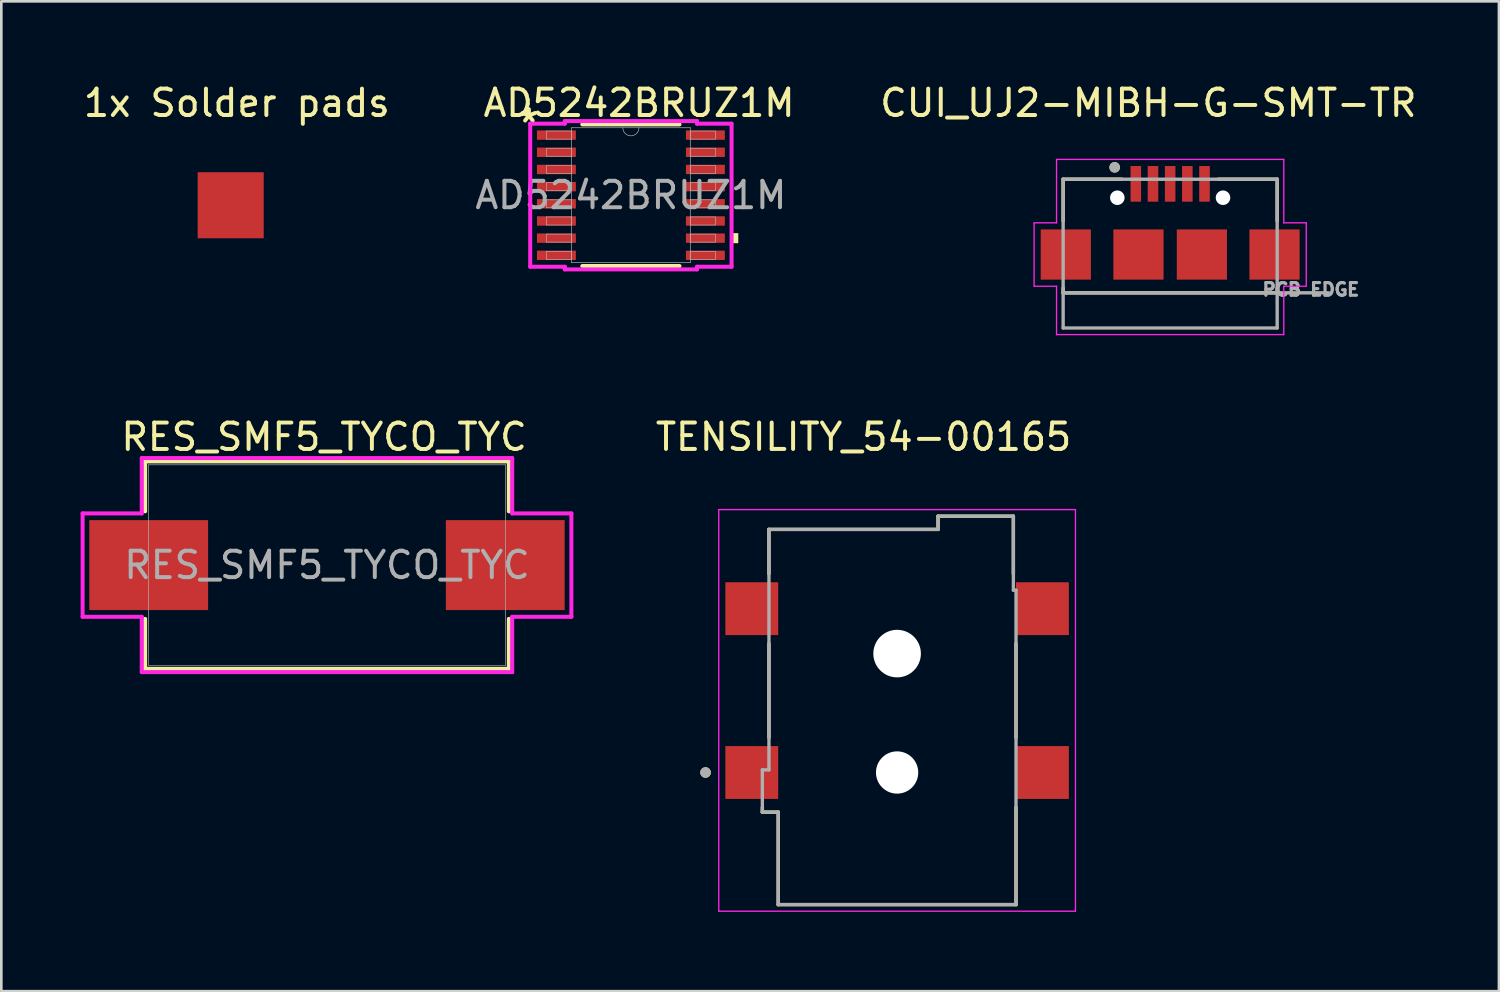
<source format=kicad_pcb>
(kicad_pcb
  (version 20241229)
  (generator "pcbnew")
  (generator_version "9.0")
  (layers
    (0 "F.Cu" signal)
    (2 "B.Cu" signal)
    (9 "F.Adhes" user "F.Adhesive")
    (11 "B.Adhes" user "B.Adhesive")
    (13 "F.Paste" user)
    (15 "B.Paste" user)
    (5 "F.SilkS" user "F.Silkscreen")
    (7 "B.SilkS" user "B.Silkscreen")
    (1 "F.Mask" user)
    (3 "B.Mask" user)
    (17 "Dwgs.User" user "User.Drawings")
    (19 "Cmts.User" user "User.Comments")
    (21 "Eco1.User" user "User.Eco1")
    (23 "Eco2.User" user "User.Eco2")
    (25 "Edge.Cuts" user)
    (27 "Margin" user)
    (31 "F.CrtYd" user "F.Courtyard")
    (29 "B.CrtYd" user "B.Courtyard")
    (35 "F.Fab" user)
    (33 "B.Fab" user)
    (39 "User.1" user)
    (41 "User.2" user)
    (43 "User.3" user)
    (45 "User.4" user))
  (footprint "1x Solder pads"
    (layer "F.Cu")
    (at 5.681 4.718)
    (property "Reference" "1x Solder pads" (at 0.23 -3.87 0) (unlocked yes) (layer "F.SilkS") (effects (font (size 1 1) (thickness 0.15))))
    (attr smd)
    (pad "1" smd rect (at 0 0) (size 2.5 2.5) (layers "F.Cu" "F.Mask" "F.Paste")))
  (footprint "TENSILITY_54-00165"
    (layer "F.Cu")
    (at 30.902 23.936)
    (property "Reference" "TENSILITY_54-00165" (at -1.27 -10.45 0) (layer "F.SilkS") (effects (font (size 1 1) (thickness 0.15))))
    (attr smd)
    (fp_line (start -5.1 3.75) (end -5.1 3.57) (stroke (width 0.127) (type solid)) (layer "F.SilkS"))
    (fp_line (start -5.1 3.75) (end -4.5 3.75) (stroke (width 0.127) (type solid)) (layer "F.SilkS"))
    (fp_line (start -4.85 -6.95) (end 1.55 -6.95) (stroke (width 0.127) (type solid)) (layer "F.SilkS"))
    (fp_line (start -4.85 -5.27) (end -4.85 -6.95) (stroke (width 0.127) (type solid)) (layer "F.SilkS"))
    (fp_line (start -4.85 -2.63) (end -4.85 0.93) (stroke (width 0.127) (type solid)) (layer "F.SilkS"))
    (fp_line (start -4.5 7.25) (end -4.5 3.75) (stroke (width 0.127) (type solid)) (layer "F.SilkS"))
    (fp_line (start -4.5 7.25) (end 4.5 7.25) (stroke (width 0.127) (type solid)) (layer "F.SilkS"))
    (fp_line (start 1.55 -7.45) (end 1.55 -6.95) (stroke (width 0.127) (type solid)) (layer "F.SilkS"))
    (fp_line (start 1.55 -7.45) (end 4.4 -7.45) (stroke (width 0.127) (type solid)) (layer "F.SilkS"))
    (fp_line (start 4.4 -7.45) (end 4.4 -5.27) (stroke (width 0.127) (type solid)) (layer "F.SilkS"))
    (fp_line (start 4.5 -2.63) (end 4.5 0.93) (stroke (width 0.127) (type solid)) (layer "F.SilkS"))
    (fp_line (start 4.5 7.25) (end 4.5 3.57) (stroke (width 0.127) (type solid)) (layer "F.SilkS"))
    (fp_circle (center -7.25 2.25) (end -7.15 2.25) (stroke (width 0.2) (type solid)) (fill no) (layer "F.SilkS"))
    (fp_line (start -6.75 -7.7) (end -6.75 7.5) (stroke (width 0.05) (type solid)) (layer "F.CrtYd"))
    (fp_line (start -6.75 7.5) (end 6.75 7.5) (stroke (width 0.05) (type solid)) (layer "F.CrtYd"))
    (fp_line (start 6.75 -7.7) (end -6.75 -7.7) (stroke (width 0.05) (type solid)) (layer "F.CrtYd"))
    (fp_line (start 6.75 7.5) (end 6.75 -7.7) (stroke (width 0.05) (type solid)) (layer "F.CrtYd"))
    (fp_line (start -5.1 2.15) (end -5.1 3.75) (stroke (width 0.127) (type solid)) (layer "F.Fab"))
    (fp_line (start -5.1 2.15) (end -4.85 2.15) (stroke (width 0.127) (type solid)) (layer "F.Fab"))
    (fp_line (start -5.1 3.75) (end -4.5 3.75) (stroke (width 0.127) (type solid)) (layer "F.Fab"))
    (fp_line (start -4.85 -6.95) (end 1.55 -6.95) (stroke (width 0.127) (type solid)) (layer "F.Fab"))
    (fp_line (start -4.85 2.15) (end -4.85 -6.95) (stroke (width 0.127) (type solid)) (layer "F.Fab"))
    (fp_line (start -4.5 7.25) (end -4.5 3.75) (stroke (width 0.127) (type solid)) (layer "F.Fab"))
    (fp_line (start -4.5 7.25) (end 4.5 7.25) (stroke (width 0.127) (type solid)) (layer "F.Fab"))
    (fp_line (start 1.55 -7.45) (end 1.55 -6.95) (stroke (width 0.127) (type solid)) (layer "F.Fab"))
    (fp_line (start 1.55 -7.45) (end 4.4 -7.45) (stroke (width 0.127) (type solid)) (layer "F.Fab"))
    (fp_line (start 4.4 -7.45) (end 4.4 -4.65) (stroke (width 0.127) (type solid)) (layer "F.Fab"))
    (fp_line (start 4.4 -4.65) (end 4.5 -4.65) (stroke (width 0.127) (type solid)) (layer "F.Fab"))
    (fp_line (start 4.5 7.25) (end 4.5 -4.65) (stroke (width 0.127) (type solid)) (layer "F.Fab"))
    (fp_circle (center -7.25 2.25) (end -7.15 2.25) (stroke (width 0.2) (type solid)) (fill no) (layer "F.Fab"))
    (pad "" np_thru_hole circle (at 0 -2.25) (size 1.8 1.8) (drill 1.8) (layers "*.Cu" "*.Mask"))
    (pad "" np_thru_hole circle (at 0 2.25) (size 1.6 1.6) (drill 1.6) (layers "*.Cu" "*.Mask"))
    (pad "1" smd rect (at -5.5 -3.95) (size 2 2) (layers "F.Cu" "F.Mask" "F.Paste"))
    (pad "1" smd rect (at -5.5 2.25) (size 2 2) (layers "F.Cu" "F.Mask" "F.Paste"))
    (pad "2" smd rect (at 5.5 2.25) (size 2 2) (layers "F.Cu" "F.Mask" "F.Paste"))
    (pad "3" smd rect (at 5.5 -3.95) (size 2 2) (layers "F.Cu" "F.Mask" "F.Paste")))
  (footprint "CUI_UJ2-MIBH-G-SMT-TR"
    (layer "F.Cu")
    (at 41.236 6.583)
    (property "Reference" "CUI_UJ2-MIBH-G-SMT-TR" (at -0.825 -5.735 0) (layer "F.SilkS") (effects (font (size 1 1) (thickness 0.15))))
    (attr smd)
    (fp_line (start -4.05 -2.85) (end -1.82 -2.85) (stroke (width 0.127) (type solid)) (layer "F.SilkS"))
    (fp_line (start -4.05 -1.27) (end -4.05 -2.85) (stroke (width 0.127) (type solid)) (layer "F.SilkS"))
    (fp_line (start -4.05 1.27) (end -4.05 1.45) (stroke (width 0.127) (type solid)) (layer "F.SilkS"))
    (fp_line (start -4.05 1.45) (end 4.05 1.45) (stroke (width 0.127) (type solid)) (layer "F.SilkS"))
    (fp_line (start 1.82 -2.85) (end 4.05 -2.85) (stroke (width 0.127) (type solid)) (layer "F.SilkS"))
    (fp_line (start 4.05 -2.85) (end 4.05 -1.27) (stroke (width 0.127) (type solid)) (layer "F.SilkS"))
    (fp_line (start 4.05 1.45) (end 4.05 1.27) (stroke (width 0.127) (type solid)) (layer "F.SilkS"))
    (fp_circle (center -2.1 -3.3) (end -2 -3.3) (stroke (width 0.2) (type solid)) (fill no) (layer "F.SilkS"))
    (fp_line (start -5.15 -1.2) (end -5.15 1.2) (stroke (width 0.05) (type solid)) (layer "F.CrtYd"))
    (fp_line (start -5.15 1.2) (end -4.3 1.2) (stroke (width 0.05) (type solid)) (layer "F.CrtYd"))
    (fp_line (start -4.3 -3.6) (end 4.3 -3.6) (stroke (width 0.05) (type solid)) (layer "F.CrtYd"))
    (fp_line (start -4.3 -1.2) (end -5.15 -1.2) (stroke (width 0.05) (type solid)) (layer "F.CrtYd"))
    (fp_line (start -4.3 -1.2) (end -4.3 -3.6) (stroke (width 0.05) (type solid)) (layer "F.CrtYd"))
    (fp_line (start -4.3 1.2) (end -4.3 3.03) (stroke (width 0.05) (type solid)) (layer "F.CrtYd"))
    (fp_line (start -4.3 3.03) (end 4.3 3.03) (stroke (width 0.05) (type solid)) (layer "F.CrtYd"))
    (fp_line (start 4.3 -1.2) (end 4.3 -3.6) (stroke (width 0.05) (type solid)) (layer "F.CrtYd"))
    (fp_line (start 4.3 1.2) (end 5.15 1.2) (stroke (width 0.05) (type solid)) (layer "F.CrtYd"))
    (fp_line (start 4.3 3.03) (end 4.3 1.2) (stroke (width 0.05) (type solid)) (layer "F.CrtYd"))
    (fp_line (start 5.15 -1.2) (end 4.3 -1.2) (stroke (width 0.05) (type solid)) (layer "F.CrtYd"))
    (fp_line (start 5.15 1.2) (end 5.15 -1.2) (stroke (width 0.05) (type solid)) (layer "F.CrtYd"))
    (fp_line (start -4.05 -2.85) (end 4.05 -2.85) (stroke (width 0.127) (type solid)) (layer "F.Fab"))
    (fp_line (start -4.05 1.45) (end -4.05 -2.85) (stroke (width 0.127) (type solid)) (layer "F.Fab"))
    (fp_line (start -4.05 1.45) (end 6 1.45) (stroke (width 0.127) (type solid)) (layer "F.Fab"))
    (fp_line (start -4.05 2.78) (end -4.05 1.45) (stroke (width 0.127) (type solid)) (layer "F.Fab"))
    (fp_line (start 4.05 -2.85) (end 4.05 2.78) (stroke (width 0.127) (type solid)) (layer "F.Fab"))
    (fp_line (start 4.05 2.78) (end -4.05 2.78) (stroke (width 0.127) (type solid)) (layer "F.Fab"))
    (fp_circle (center -2.1 -3.3) (end -2 -3.3) (stroke (width 0.2) (type solid)) (fill no) (layer "F.Fab"))
    (fp_text user "PCB EDGE" (at 5.325 1.325 0) (layer "F.Fab") (effects (font (size 0.48 0.48) (thickness 0.15))))
    (pad "" np_thru_hole circle (at -2 -2.15) (size 0.55 0.55) (drill 0.55) (layers "*.Cu" "*.Mask"))
    (pad "" np_thru_hole circle (at 2 -2.15) (size 0.55 0.55) (drill 0.55) (layers "*.Cu" "*.Mask"))
    (pad "1" smd rect (at -1.3 -2.675) (size 0.4 1.35) (layers "F.Cu" "F.Mask" "F.Paste"))
    (pad "2" smd rect (at -0.65 -2.675) (size 0.4 1.35) (layers "F.Cu" "F.Mask" "F.Paste"))
    (pad "3" smd rect (at 0 -2.675) (size 0.4 1.35) (layers "F.Cu" "F.Mask" "F.Paste"))
    (pad "4" smd rect (at 0.65 -2.675) (size 0.4 1.35) (layers "F.Cu" "F.Mask" "F.Paste"))
    (pad "5" smd rect (at 1.3 -2.675) (size 0.4 1.35) (layers "F.Cu" "F.Mask" "F.Paste"))
    (pad "6" smd rect (at -3.95 0) (size 1.9 1.9) (layers "F.Cu" "F.Mask" "F.Paste"))
    (pad "6" smd rect (at -1.2 0) (size 1.9 1.9) (layers "F.Cu" "F.Mask" "F.Paste"))
    (pad "6" smd rect (at 1.2 0) (size 1.9 1.9) (layers "F.Cu" "F.Mask" "F.Paste"))
    (pad "6" smd rect (at 3.95 0) (size 1.9 1.9) (layers "F.Cu" "F.Mask" "F.Paste")))
  (footprint "RES_SMF5_TYCO_TYC"
    (layer "F.Cu")
    (at 9.325 18.337)
    (property "Reference" "RES_SMF5_TYCO_TYC" (at -0.11 -4.85 0) (unlocked yes) (layer "F.SilkS") (effects (font (size 1 1) (thickness 0.15))))
    (attr smd)
    (fp_line (start -6.883 -3.924) (end -6.883 -2.035) (stroke (width 0.152) (type solid)) (layer "F.SilkS"))
    (fp_line (start -6.883 2.035) (end -6.883 3.924) (stroke (width 0.152) (type solid)) (layer "F.SilkS"))
    (fp_line (start -6.883 3.924) (end 6.883 3.924) (stroke (width 0.152) (type solid)) (layer "F.SilkS"))
    (fp_line (start 6.883 -3.924) (end -6.883 -3.924) (stroke (width 0.152) (type solid)) (layer "F.SilkS"))
    (fp_line (start 6.883 -2.035) (end 6.883 -3.924) (stroke (width 0.152) (type solid)) (layer "F.SilkS"))
    (fp_line (start 6.883 3.924) (end 6.883 2.035) (stroke (width 0.152) (type solid)) (layer "F.SilkS"))
    (fp_line (start -9.249 -1.956) (end -7.01 -1.956) (stroke (width 0.152) (type solid)) (layer "F.CrtYd"))
    (fp_line (start -9.249 1.956) (end -9.249 -1.956) (stroke (width 0.152) (type solid)) (layer "F.CrtYd"))
    (fp_line (start -7.01 -4.051) (end 7.01 -4.051) (stroke (width 0.152) (type solid)) (layer "F.CrtYd"))
    (fp_line (start -7.01 -1.956) (end -7.01 -4.051) (stroke (width 0.152) (type solid)) (layer "F.CrtYd"))
    (fp_line (start -7.01 1.956) (end -9.249 1.956) (stroke (width 0.152) (type solid)) (layer "F.CrtYd"))
    (fp_line (start -7.01 4.051) (end -7.01 1.956) (stroke (width 0.152) (type solid)) (layer "F.CrtYd"))
    (fp_line (start 7.01 -4.051) (end 7.01 -1.956) (stroke (width 0.152) (type solid)) (layer "F.CrtYd"))
    (fp_line (start 7.01 -1.956) (end 9.249 -1.956) (stroke (width 0.152) (type solid)) (layer "F.CrtYd"))
    (fp_line (start 7.01 1.956) (end 7.01 4.051) (stroke (width 0.152) (type solid)) (layer "F.CrtYd"))
    (fp_line (start 7.01 4.051) (end -7.01 4.051) (stroke (width 0.152) (type solid)) (layer "F.CrtYd"))
    (fp_line (start 9.249 -1.956) (end 9.249 1.956) (stroke (width 0.152) (type solid)) (layer "F.CrtYd"))
    (fp_line (start 9.249 1.956) (end 7.01 1.956) (stroke (width 0.152) (type solid)) (layer "F.CrtYd"))
    (fp_line (start -6.756 -3.797) (end -6.756 3.797) (stroke (width 0.025) (type solid)) (layer "F.Fab"))
    (fp_line (start -6.756 3.797) (end 6.756 3.797) (stroke (width 0.025) (type solid)) (layer "F.Fab"))
    (fp_line (start 6.756 -3.797) (end -6.756 -3.797) (stroke (width 0.025) (type solid)) (layer "F.Fab"))
    (fp_line (start 6.756 3.797) (end 6.756 -3.797) (stroke (width 0.025) (type solid)) (layer "F.Fab"))
    (fp_text user "${REFERENCE}" (at 0 0 0) (unlocked yes) (layer "F.Fab") (effects (font (size 1 1) (thickness 0.15))))
    (pad "1" smd rect (at -6.747 0) (size 4.496 3.404) (layers "F.Cu" "F.Mask" "F.Paste"))
    (pad "2" smd rect (at 6.747 0) (size 4.496 3.404) (layers "F.Cu" "F.Mask" "F.Paste")))
  (footprint "AD5242BRUZ1M"
    (layer "F.Cu")
    (at 20.827 4.338)
    (property "Reference" "AD5242BRUZ1M" (at 0.31 -3.49 0) (unlocked yes) (layer "F.SilkS") (effects (font (size 1 1) (thickness 0.15))))
    (attr smd)
    (fp_line (start -1.839 2.68) (end 1.839 2.68) (stroke (width 0.152) (type solid)) (layer "F.SilkS"))
    (fp_line (start 1.839 -2.68) (end -1.839 -2.68) (stroke (width 0.152) (type solid)) (layer "F.SilkS"))
    (fp_poly (pts (xy 4.064 1.435) (xy 4.064 1.816) (xy 3.81 1.816) (xy 3.81 1.435)) (stroke (width 0) (type solid)) (fill yes) (layer "F.SilkS"))
    (fp_line (start -3.81 -2.707) (end -2.502 -2.707) (stroke (width 0.152) (type solid)) (layer "F.CrtYd"))
    (fp_line (start -3.81 2.707) (end -3.81 -2.707) (stroke (width 0.152) (type solid)) (layer "F.CrtYd"))
    (fp_line (start -3.81 2.707) (end -2.502 2.707) (stroke (width 0.152) (type solid)) (layer "F.CrtYd"))
    (fp_line (start -2.502 -2.807) (end 2.502 -2.807) (stroke (width 0.152) (type solid)) (layer "F.CrtYd"))
    (fp_line (start -2.502 -2.707) (end -2.502 -2.807) (stroke (width 0.152) (type solid)) (layer "F.CrtYd"))
    (fp_line (start -2.502 2.807) (end -2.502 2.707) (stroke (width 0.152) (type solid)) (layer "F.CrtYd"))
    (fp_line (start 2.502 -2.807) (end 2.502 -2.707) (stroke (width 0.152) (type solid)) (layer "F.CrtYd"))
    (fp_line (start 2.502 2.707) (end 2.502 2.807) (stroke (width 0.152) (type solid)) (layer "F.CrtYd"))
    (fp_line (start 2.502 2.807) (end -2.502 2.807) (stroke (width 0.152) (type solid)) (layer "F.CrtYd"))
    (fp_line (start 3.81 -2.707) (end 2.502 -2.707) (stroke (width 0.152) (type solid)) (layer "F.CrtYd"))
    (fp_line (start 3.81 -2.707) (end 3.81 2.707) (stroke (width 0.152) (type solid)) (layer "F.CrtYd"))
    (fp_line (start 3.81 2.707) (end 2.502 2.707) (stroke (width 0.152) (type solid)) (layer "F.CrtYd"))
    (fp_line (start -3.2 -2.427) (end -3.2 -2.123) (stroke (width 0.025) (type solid)) (layer "F.Fab"))
    (fp_line (start -3.2 -2.123) (end -2.248 -2.123) (stroke (width 0.025) (type solid)) (layer "F.Fab"))
    (fp_line (start -3.2 -1.777) (end -3.2 -1.473) (stroke (width 0.025) (type solid)) (layer "F.Fab"))
    (fp_line (start -3.2 -1.473) (end -2.248 -1.473) (stroke (width 0.025) (type solid)) (layer "F.Fab"))
    (fp_line (start -3.2 -1.127) (end -3.2 -0.823) (stroke (width 0.025) (type solid)) (layer "F.Fab"))
    (fp_line (start -3.2 -0.823) (end -2.248 -0.823) (stroke (width 0.025) (type solid)) (layer "F.Fab"))
    (fp_line (start -3.2 -0.477) (end -3.2 -0.173) (stroke (width 0.025) (type solid)) (layer "F.Fab"))
    (fp_line (start -3.2 -0.173) (end -2.248 -0.173) (stroke (width 0.025) (type solid)) (layer "F.Fab"))
    (fp_line (start -3.2 0.173) (end -3.2 0.477) (stroke (width 0.025) (type solid)) (layer "F.Fab"))
    (fp_line (start -3.2 0.477) (end -2.248 0.477) (stroke (width 0.025) (type solid)) (layer "F.Fab"))
    (fp_line (start -3.2 0.823) (end -3.2 1.127) (stroke (width 0.025) (type solid)) (layer "F.Fab"))
    (fp_line (start -3.2 1.127) (end -2.248 1.127) (stroke (width 0.025) (type solid)) (layer "F.Fab"))
    (fp_line (start -3.2 1.473) (end -3.2 1.777) (stroke (width 0.025) (type solid)) (layer "F.Fab"))
    (fp_line (start -3.2 1.777) (end -2.248 1.777) (stroke (width 0.025) (type solid)) (layer "F.Fab"))
    (fp_line (start -3.2 2.123) (end -3.2 2.427) (stroke (width 0.025) (type solid)) (layer "F.Fab"))
    (fp_line (start -3.2 2.427) (end -2.248 2.427) (stroke (width 0.025) (type solid)) (layer "F.Fab"))
    (fp_line (start -2.248 -2.553) (end -2.248 2.553) (stroke (width 0.025) (type solid)) (layer "F.Fab"))
    (fp_line (start -2.248 -2.427) (end -3.2 -2.427) (stroke (width 0.025) (type solid)) (layer "F.Fab"))
    (fp_line (start -2.248 -2.123) (end -2.248 -2.427) (stroke (width 0.025) (type solid)) (layer "F.Fab"))
    (fp_line (start -2.248 -1.777) (end -3.2 -1.777) (stroke (width 0.025) (type solid)) (layer "F.Fab"))
    (fp_line (start -2.248 -1.473) (end -2.248 -1.777) (stroke (width 0.025) (type solid)) (layer "F.Fab"))
    (fp_line (start -2.248 -1.127) (end -3.2 -1.127) (stroke (width 0.025) (type solid)) (layer "F.Fab"))
    (fp_line (start -2.248 -0.823) (end -2.248 -1.127) (stroke (width 0.025) (type solid)) (layer "F.Fab"))
    (fp_line (start -2.248 -0.477) (end -3.2 -0.477) (stroke (width 0.025) (type solid)) (layer "F.Fab"))
    (fp_line (start -2.248 -0.173) (end -2.248 -0.477) (stroke (width 0.025) (type solid)) (layer "F.Fab"))
    (fp_line (start -2.248 0.173) (end -3.2 0.173) (stroke (width 0.025) (type solid)) (layer "F.Fab"))
    (fp_line (start -2.248 0.477) (end -2.248 0.173) (stroke (width 0.025) (type solid)) (layer "F.Fab"))
    (fp_line (start -2.248 0.823) (end -3.2 0.823) (stroke (width 0.025) (type solid)) (layer "F.Fab"))
    (fp_line (start -2.248 1.127) (end -2.248 0.823) (stroke (width 0.025) (type solid)) (layer "F.Fab"))
    (fp_line (start -2.248 1.473) (end -3.2 1.473) (stroke (width 0.025) (type solid)) (layer "F.Fab"))
    (fp_line (start -2.248 1.777) (end -2.248 1.473) (stroke (width 0.025) (type solid)) (layer "F.Fab"))
    (fp_line (start -2.248 2.123) (end -3.2 2.123) (stroke (width 0.025) (type solid)) (layer "F.Fab"))
    (fp_line (start -2.248 2.427) (end -2.248 2.123) (stroke (width 0.025) (type solid)) (layer "F.Fab"))
    (fp_line (start -2.248 2.553) (end 2.248 2.553) (stroke (width 0.025) (type solid)) (layer "F.Fab"))
    (fp_line (start 2.248 -2.553) (end -2.248 -2.553) (stroke (width 0.025) (type solid)) (layer "F.Fab"))
    (fp_line (start 2.248 -2.427) (end 2.248 -2.123) (stroke (width 0.025) (type solid)) (layer "F.Fab"))
    (fp_line (start 2.248 -2.123) (end 3.2 -2.123) (stroke (width 0.025) (type solid)) (layer "F.Fab"))
    (fp_line (start 2.248 -1.777) (end 2.248 -1.473) (stroke (width 0.025) (type solid)) (layer "F.Fab"))
    (fp_line (start 2.248 -1.473) (end 3.2 -1.473) (stroke (width 0.025) (type solid)) (layer "F.Fab"))
    (fp_line (start 2.248 -1.127) (end 2.248 -0.823) (stroke (width 0.025) (type solid)) (layer "F.Fab"))
    (fp_line (start 2.248 -0.823) (end 3.2 -0.823) (stroke (width 0.025) (type solid)) (layer "F.Fab"))
    (fp_line (start 2.248 -0.477) (end 2.248 -0.173) (stroke (width 0.025) (type solid)) (layer "F.Fab"))
    (fp_line (start 2.248 -0.173) (end 3.2 -0.173) (stroke (width 0.025) (type solid)) (layer "F.Fab"))
    (fp_line (start 2.248 0.173) (end 2.248 0.477) (stroke (width 0.025) (type solid)) (layer "F.Fab"))
    (fp_line (start 2.248 0.477) (end 3.2 0.477) (stroke (width 0.025) (type solid)) (layer "F.Fab"))
    (fp_line (start 2.248 0.823) (end 2.248 1.127) (stroke (width 0.025) (type solid)) (layer "F.Fab"))
    (fp_line (start 2.248 1.127) (end 3.2 1.127) (stroke (width 0.025) (type solid)) (layer "F.Fab"))
    (fp_line (start 2.248 1.473) (end 2.248 1.777) (stroke (width 0.025) (type solid)) (layer "F.Fab"))
    (fp_line (start 2.248 1.777) (end 3.2 1.777) (stroke (width 0.025) (type solid)) (layer "F.Fab"))
    (fp_line (start 2.248 2.123) (end 2.248 2.427) (stroke (width 0.025) (type solid)) (layer "F.Fab"))
    (fp_line (start 2.248 2.427) (end 3.2 2.427) (stroke (width 0.025) (type solid)) (layer "F.Fab"))
    (fp_line (start 2.248 2.553) (end 2.248 -2.553) (stroke (width 0.025) (type solid)) (layer "F.Fab"))
    (fp_line (start 3.2 -2.427) (end 2.248 -2.427) (stroke (width 0.025) (type solid)) (layer "F.Fab"))
    (fp_line (start 3.2 -2.123) (end 3.2 -2.427) (stroke (width 0.025) (type solid)) (layer "F.Fab"))
    (fp_line (start 3.2 -1.777) (end 2.248 -1.777) (stroke (width 0.025) (type solid)) (layer "F.Fab"))
    (fp_line (start 3.2 -1.473) (end 3.2 -1.777) (stroke (width 0.025) (type solid)) (layer "F.Fab"))
    (fp_line (start 3.2 -1.127) (end 2.248 -1.127) (stroke (width 0.025) (type solid)) (layer "F.Fab"))
    (fp_line (start 3.2 -0.823) (end 3.2 -1.127) (stroke (width 0.025) (type solid)) (layer "F.Fab"))
    (fp_line (start 3.2 -0.477) (end 2.248 -0.477) (stroke (width 0.025) (type solid)) (layer "F.Fab"))
    (fp_line (start 3.2 -0.173) (end 3.2 -0.477) (stroke (width 0.025) (type solid)) (layer "F.Fab"))
    (fp_line (start 3.2 0.173) (end 2.248 0.173) (stroke (width 0.025) (type solid)) (layer "F.Fab"))
    (fp_line (start 3.2 0.477) (end 3.2 0.173) (stroke (width 0.025) (type solid)) (layer "F.Fab"))
    (fp_line (start 3.2 0.823) (end 2.248 0.823) (stroke (width 0.025) (type solid)) (layer "F.Fab"))
    (fp_line (start 3.2 1.127) (end 3.2 0.823) (stroke (width 0.025) (type solid)) (layer "F.Fab"))
    (fp_line (start 3.2 1.473) (end 2.248 1.473) (stroke (width 0.025) (type solid)) (layer "F.Fab"))
    (fp_line (start 3.2 1.777) (end 3.2 1.473) (stroke (width 0.025) (type solid)) (layer "F.Fab"))
    (fp_line (start 3.2 2.123) (end 2.248 2.123) (stroke (width 0.025) (type solid)) (layer "F.Fab"))
    (fp_line (start 3.2 2.427) (end 3.2 2.123) (stroke (width 0.025) (type solid)) (layer "F.Fab"))
    (fp_arc (start 0.3048 -2.5527) (mid 0 -2.2479) (end -0.3048 -2.5527) (stroke (width 0.0254) (type solid)) (layer "F.Fab"))
    (fp_text user "*" (at -3.86 -2.71 0) (layer "F.SilkS") (effects (font (size 1 1) (thickness 0.15))))
    (fp_text user "${REFERENCE}" (at 0 0 0) (unlocked yes) (layer "F.Fab") (effects (font (size 1 1) (thickness 0.15))))
    (pad "1" smd rect (at -2.819 -2.275) (size 1.473 0.356) (layers "F.Cu" "F.Mask" "F.Paste"))
    (pad "2" smd rect (at -2.819 -1.625) (size 1.473 0.356) (layers "F.Cu" "F.Mask" "F.Paste"))
    (pad "3" smd rect (at -2.819 -0.975) (size 1.473 0.356) (layers "F.Cu" "F.Mask" "F.Paste"))
    (pad "4" smd rect (at -2.819 -0.325) (size 1.473 0.356) (layers "F.Cu" "F.Mask" "F.Paste"))
    (pad "5" smd rect (at -2.819 0.325) (size 1.473 0.356) (layers "F.Cu" "F.Mask" "F.Paste"))
    (pad "6" smd rect (at -2.819 0.975) (size 1.473 0.356) (layers "F.Cu" "F.Mask" "F.Paste"))
    (pad "7" smd rect (at -2.819 1.625) (size 1.473 0.356) (layers "F.Cu" "F.Mask" "F.Paste"))
    (pad "8" smd rect (at -2.819 2.275) (size 1.473 0.356) (layers "F.Cu" "F.Mask" "F.Paste"))
    (pad "9" smd rect (at 2.819 2.275) (size 1.473 0.356) (layers "F.Cu" "F.Mask" "F.Paste"))
    (pad "10" smd rect (at 2.819 1.625) (size 1.473 0.356) (layers "F.Cu" "F.Mask" "F.Paste"))
    (pad "11" smd rect (at 2.819 0.975) (size 1.473 0.356) (layers "F.Cu" "F.Mask" "F.Paste"))
    (pad "12" smd rect (at 2.819 0.325) (size 1.473 0.356) (layers "F.Cu" "F.Mask" "F.Paste"))
    (pad "13" smd rect (at 2.819 -0.325) (size 1.473 0.356) (layers "F.Cu" "F.Mask" "F.Paste"))
    (pad "14" smd rect (at 2.819 -0.975) (size 1.473 0.356) (layers "F.Cu" "F.Mask" "F.Paste"))
    (pad "15" smd rect (at 2.819 -1.625) (size 1.473 0.356) (layers "F.Cu" "F.Mask" "F.Paste"))
    (pad "16" smd rect (at 2.819 -2.275) (size 1.473 0.356) (layers "F.Cu" "F.Mask" "F.Paste")))
  (gr_rect
    (start -3 -3)
    (end 53.679 34.462)
    (stroke (width 0.1) (type default))
    (fill no)
    (layer "Edge.Cuts")))
</source>
